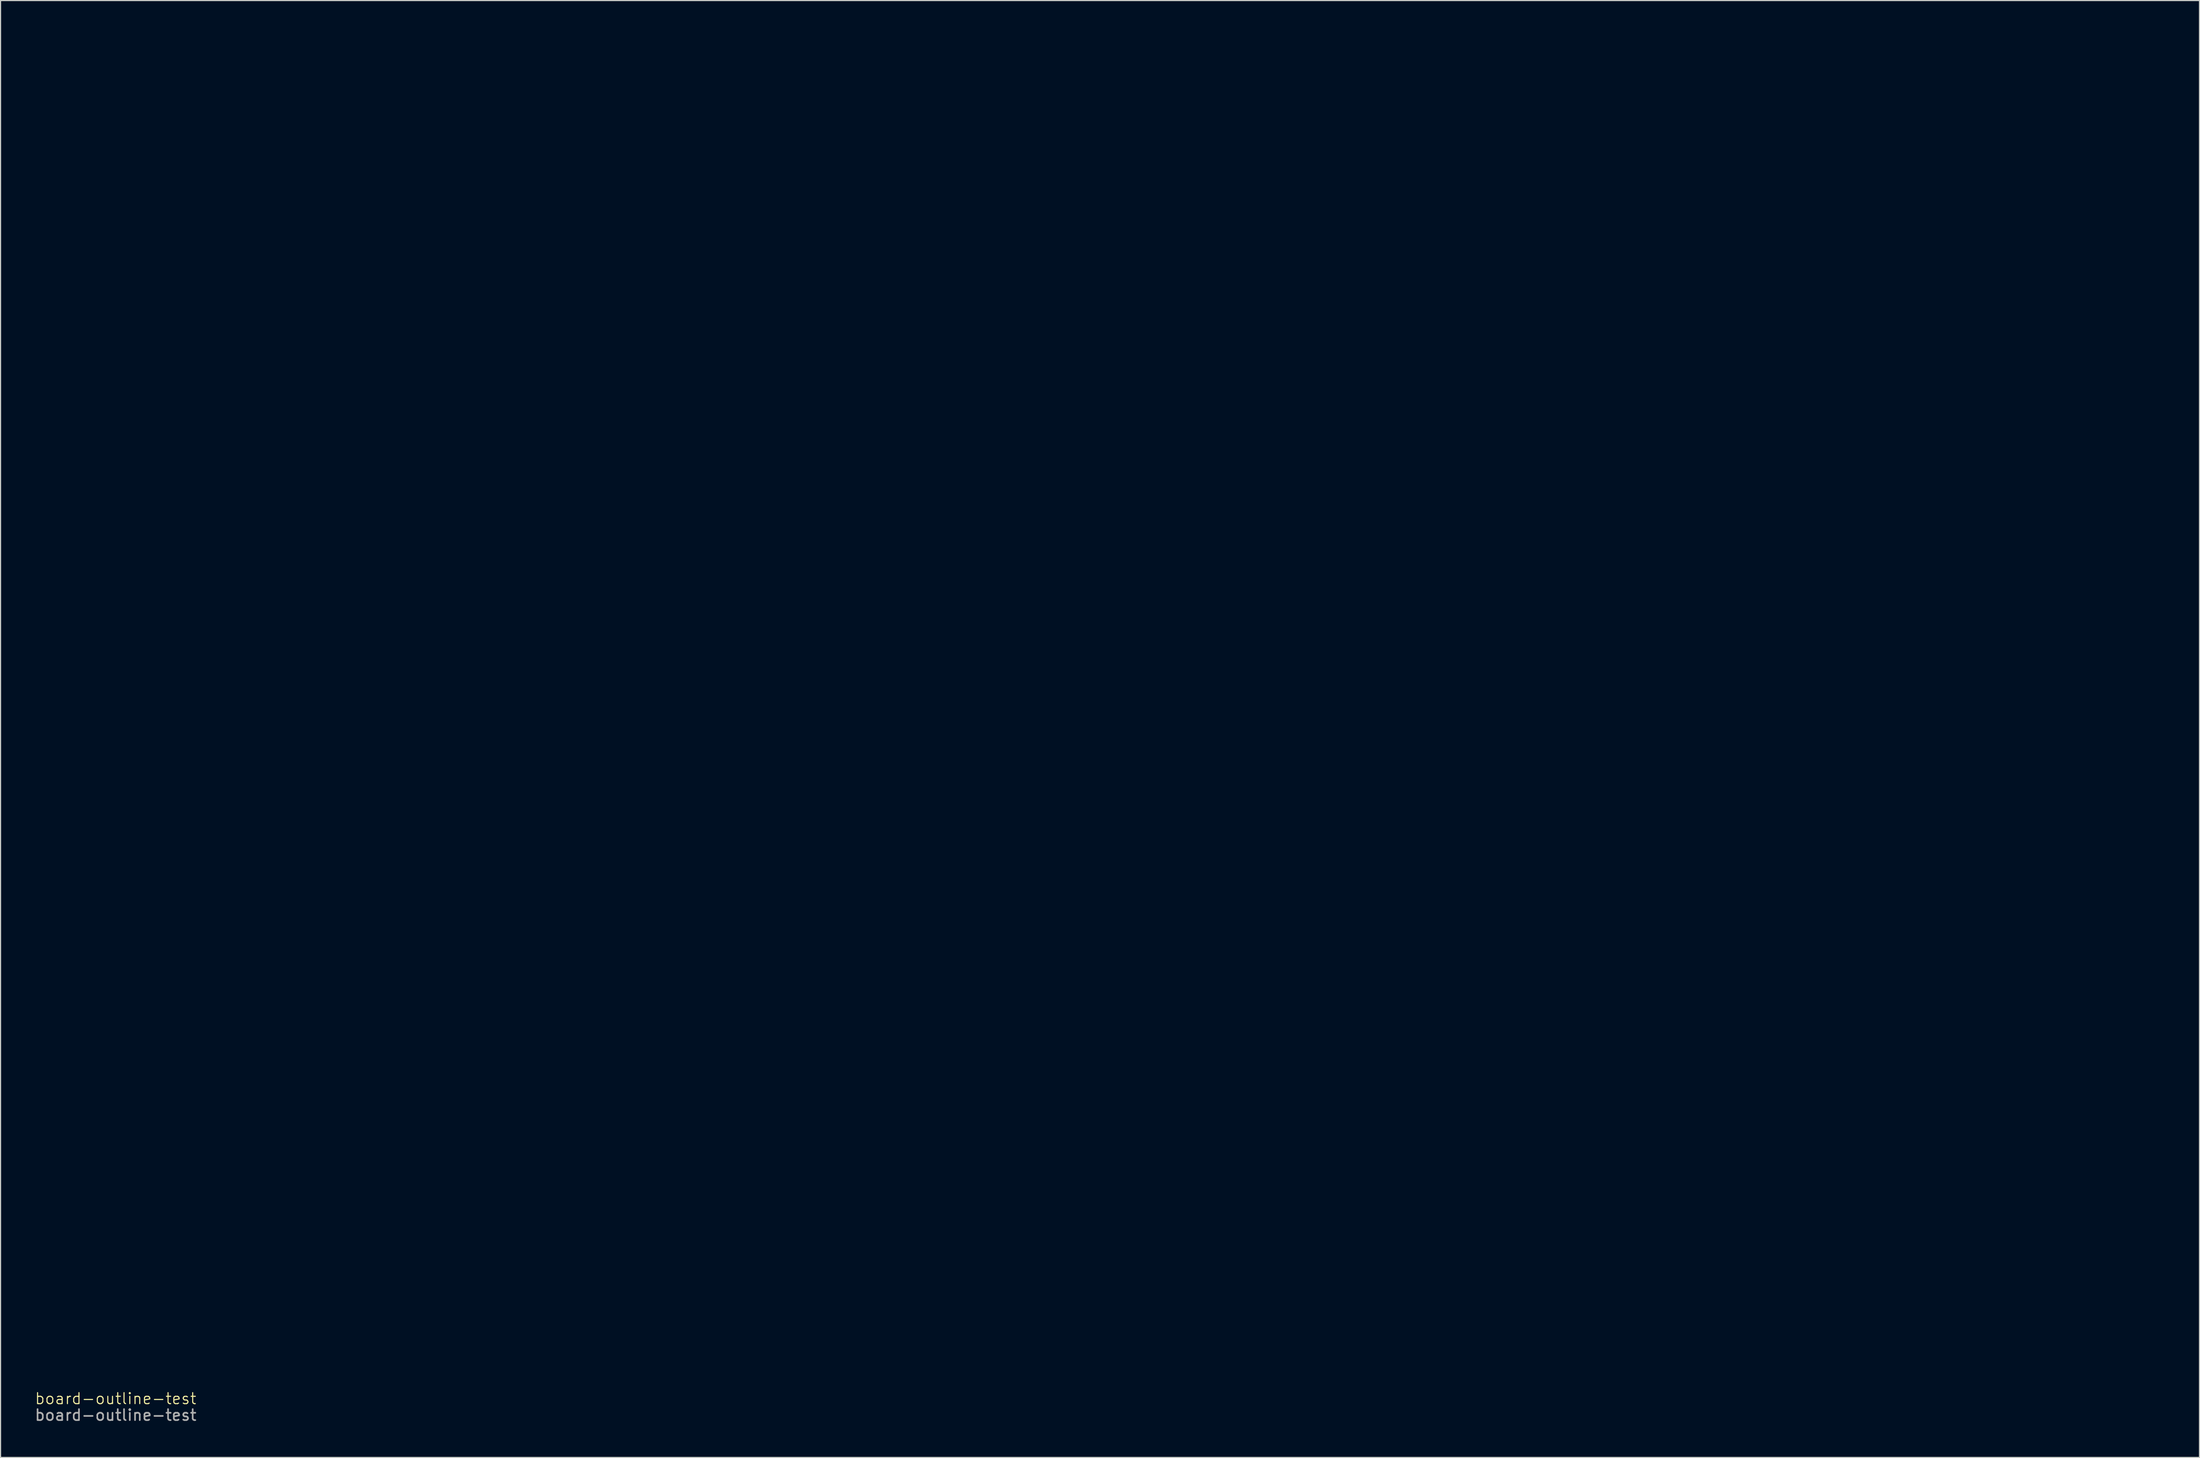
<source format=kicad_pcb>
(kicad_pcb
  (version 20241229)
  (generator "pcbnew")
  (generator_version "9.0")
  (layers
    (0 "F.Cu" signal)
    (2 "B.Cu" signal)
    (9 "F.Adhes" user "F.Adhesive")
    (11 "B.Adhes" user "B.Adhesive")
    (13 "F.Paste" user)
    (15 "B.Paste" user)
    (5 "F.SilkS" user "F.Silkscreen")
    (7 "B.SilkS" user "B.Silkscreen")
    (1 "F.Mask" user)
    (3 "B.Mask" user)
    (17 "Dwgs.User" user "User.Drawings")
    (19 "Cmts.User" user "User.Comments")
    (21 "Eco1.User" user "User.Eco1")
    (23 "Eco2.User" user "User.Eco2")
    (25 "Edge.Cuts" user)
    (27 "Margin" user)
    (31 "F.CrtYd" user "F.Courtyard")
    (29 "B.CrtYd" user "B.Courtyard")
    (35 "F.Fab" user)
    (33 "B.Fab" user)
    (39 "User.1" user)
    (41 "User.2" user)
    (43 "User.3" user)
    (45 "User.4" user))
  (footprint "board-outline-test"
    (layer "F.Cu")
    (at 7.458 126.08)
    (property "Reference" "board-outline-test" (at 0 -2 0) (unlocked yes) (layer "F.SilkS") (effects (font (size 1 1) (thickness 0.1))))
    (attr smd)
    (fp_line (start 4.121 -119.953) (end 4.2 -119.593) (stroke (width 1) (type default)) (layer "User.2"))
    (fp_line (start 4.121 -14.953) (end 4.2 -14.593) (stroke (width 1) (type default)) (layer "User.2"))
    (fp_line (start 4.132 -110.779) (end 4.256 -110.43) (stroke (width 1) (type default)) (layer "User.2"))
    (fp_line (start 4.132 -5.779) (end 4.256 -5.429) (stroke (width 1) (type default)) (layer "User.2"))
    (fp_line (start 4.143 -111.146) (end 4.132 -110.779) (stroke (width 1) (type default)) (layer "User.2"))
    (fp_line (start 4.143 -6.146) (end 4.132 -5.779) (stroke (width 1) (type default)) (layer "User.2"))
    (fp_line (start 4.177 -120.316) (end 4.121 -119.953) (stroke (width 1) (type default)) (layer "User.2"))
    (fp_line (start 4.177 -15.316) (end 4.121 -14.953) (stroke (width 1) (type default)) (layer "User.2"))
    (fp_line (start 4.2 -119.593) (end 4.413 -119.276) (stroke (width 1) (type default)) (layer "User.2"))
    (fp_line (start 4.2 -14.593) (end 4.413 -14.276) (stroke (width 1) (type default)) (layer "User.2"))
    (fp_line (start 4.256 -110.43) (end 4.603 -110.039) (stroke (width 1) (type default)) (layer "User.2"))
    (fp_line (start 4.256 -5.429) (end 4.603 -5.039) (stroke (width 1) (type default)) (layer "User.2"))
    (fp_line (start 4.29 -111.489) (end 4.143 -111.146) (stroke (width 1) (type default)) (layer "User.2"))
    (fp_line (start 4.29 -6.489) (end 4.143 -6.146) (stroke (width 1) (type default)) (layer "User.2"))
    (fp_line (start 4.368 -120.643) (end 4.177 -120.316) (stroke (width 1) (type default)) (layer "User.2"))
    (fp_line (start 4.368 -15.642) (end 4.177 -15.316) (stroke (width 1) (type default)) (layer "User.2"))
    (fp_line (start 4.413 -119.276) (end 7.229 -116.461) (stroke (width 1) (type default)) (layer "User.2"))
    (fp_line (start 4.413 -14.276) (end 7.229 -11.461) (stroke (width 1) (type default)) (layer "User.2"))
    (fp_line (start 4.526 -111.752) (end 4.29 -111.489) (stroke (width 1) (type default)) (layer "User.2"))
    (fp_line (start 4.526 -6.752) (end 4.29 -6.489) (stroke (width 1) (type default)) (layer "User.2"))
    (fp_line (start 4.603 -110.039) (end 4.929 -109.848) (stroke (width 1) (type default)) (layer "User.2"))
    (fp_line (start 4.603 -5.039) (end 4.929 -4.848) (stroke (width 1) (type default)) (layer "User.2"))
    (fp_line (start 4.759 -120.989) (end 4.368 -120.643) (stroke (width 1) (type default)) (layer "User.2"))
    (fp_line (start 4.759 -15.989) (end 4.368 -15.642) (stroke (width 1) (type default)) (layer "User.2"))
    (fp_line (start 4.929 -109.848) (end 5.293 -109.792) (stroke (width 1) (type default)) (layer "User.2"))
    (fp_line (start 4.929 -4.848) (end 5.293 -4.791) (stroke (width 1) (type default)) (layer "User.2"))
    (fp_line (start 5.109 -121.113) (end 4.759 -120.989) (stroke (width 1) (type default)) (layer "User.2"))
    (fp_line (start 5.109 -16.113) (end 4.759 -15.989) (stroke (width 1) (type default)) (layer "User.2"))
    (fp_line (start 5.293 -109.792) (end 5.653 -109.87) (stroke (width 1) (type default)) (layer "User.2"))
    (fp_line (start 5.293 -4.791) (end 5.653 -4.87) (stroke (width 1) (type default)) (layer "User.2"))
    (fp_line (start 5.476 -121.102) (end 5.109 -121.113) (stroke (width 1) (type default)) (layer "User.2"))
    (fp_line (start 5.476 -16.102) (end 5.109 -16.113) (stroke (width 1) (type default)) (layer "User.2"))
    (fp_line (start 5.653 -109.87) (end 5.969 -110.084) (stroke (width 1) (type default)) (layer "User.2"))
    (fp_line (start 5.653 -4.87) (end 5.969 -5.084) (stroke (width 1) (type default)) (layer "User.2"))
    (fp_line (start 5.819 -120.956) (end 5.476 -121.102) (stroke (width 1) (type default)) (layer "User.2"))
    (fp_line (start 5.819 -15.956) (end 5.476 -16.102) (stroke (width 1) (type default)) (layer "User.2"))
    (fp_line (start 5.969 -110.084) (end 8.784 -112.899) (stroke (width 1) (type default)) (layer "User.2"))
    (fp_line (start 5.969 -5.084) (end 8.784 -7.899) (stroke (width 1) (type default)) (layer "User.2"))
    (fp_line (start 6.081 -120.72) (end 5.819 -120.956) (stroke (width 1) (type default)) (layer "User.2"))
    (fp_line (start 6.081 -15.719) (end 5.819 -15.956) (stroke (width 1) (type default)) (layer "User.2"))
    (fp_line (start 7.229 -116.461) (end 7.242 -116.242) (stroke (width 1) (type default)) (layer "User.2"))
    (fp_line (start 7.229 -11.461) (end 7.242 -11.242) (stroke (width 1) (type default)) (layer "User.2"))
    (fp_line (start 7.242 -116.242) (end 7.242 -114.504) (stroke (width 1) (type default)) (layer "User.2"))
    (fp_line (start 7.242 -114.504) (end 4.526 -111.752) (stroke (width 1) (type default)) (layer "User.2"))
    (fp_line (start 7.242 -11.242) (end 7.242 -9.504) (stroke (width 1) (type default)) (layer "User.2"))
    (fp_line (start 7.242 -9.504) (end 4.526 -6.752) (stroke (width 1) (type default)) (layer "User.2"))
    (fp_line (start 8.784 -112.899) (end 9.003 -112.912) (stroke (width 1) (type default)) (layer "User.2"))
    (fp_line (start 8.784 -7.899) (end 9.003 -7.912) (stroke (width 1) (type default)) (layer "User.2"))
    (fp_line (start 8.833 -118.004) (end 6.081 -120.72) (stroke (width 1) (type default)) (layer "User.2"))
    (fp_line (start 8.833 -13.003) (end 6.081 -15.719) (stroke (width 1) (type default)) (layer "User.2"))
    (fp_line (start 9.003 -112.912) (end 10.741 -112.912) (stroke (width 1) (type default)) (layer "User.2"))
    (fp_line (start 9.003 -7.912) (end 10.741 -7.912) (stroke (width 1) (type default)) (layer "User.2"))
    (fp_line (start 10.571 -118.004) (end 8.833 -118.004) (stroke (width 1) (type default)) (layer "User.2"))
    (fp_line (start 10.571 -13.003) (end 8.833 -13.003) (stroke (width 1) (type default)) (layer "User.2"))
    (fp_line (start 10.741 -112.912) (end 13.493 -110.196) (stroke (width 1) (type default)) (layer "User.2"))
    (fp_line (start 10.741 -7.912) (end 13.493 -5.196) (stroke (width 1) (type default)) (layer "User.2"))
    (fp_line (start 10.791 -118.017) (end 10.571 -118.004) (stroke (width 1) (type default)) (layer "User.2"))
    (fp_line (start 10.791 -13.017) (end 10.571 -13.003) (stroke (width 1) (type default)) (layer "User.2"))
    (fp_line (start 12.333 -116.412) (end 15.049 -119.164) (stroke (width 1) (type default)) (layer "User.2"))
    (fp_line (start 12.333 -11.412) (end 15.049 -14.164) (stroke (width 1) (type default)) (layer "User.2"))
    (fp_line (start 12.346 -114.455) (end 12.333 -116.412) (stroke (width 1) (type default)) (layer "User.2"))
    (fp_line (start 12.346 -9.455) (end 12.333 -11.412) (stroke (width 1) (type default)) (layer "User.2"))
    (fp_line (start 13.493 -110.196) (end 13.756 -109.96) (stroke (width 1) (type default)) (layer "User.2"))
    (fp_line (start 13.493 -5.196) (end 13.756 -4.96) (stroke (width 1) (type default)) (layer "User.2"))
    (fp_line (start 13.606 -120.832) (end 10.791 -118.017) (stroke (width 1) (type default)) (layer "User.2"))
    (fp_line (start 13.606 -15.832) (end 10.791 -13.017) (stroke (width 1) (type default)) (layer "User.2"))
    (fp_line (start 13.756 -109.96) (end 14.099 -109.814) (stroke (width 1) (type default)) (layer "User.2"))
    (fp_line (start 13.756 -4.96) (end 14.099 -4.814) (stroke (width 1) (type default)) (layer "User.2"))
    (fp_line (start 13.922 -121.046) (end 13.606 -120.832) (stroke (width 1) (type default)) (layer "User.2"))
    (fp_line (start 13.922 -16.045) (end 13.606 -15.832) (stroke (width 1) (type default)) (layer "User.2"))
    (fp_line (start 14.099 -109.814) (end 14.466 -109.803) (stroke (width 1) (type default)) (layer "User.2"))
    (fp_line (start 14.099 -4.814) (end 14.466 -4.803) (stroke (width 1) (type default)) (layer "User.2"))
    (fp_line (start 14.282 -121.124) (end 13.922 -121.046) (stroke (width 1) (type default)) (layer "User.2"))
    (fp_line (start 14.282 -16.124) (end 13.922 -16.045) (stroke (width 1) (type default)) (layer "User.2"))
    (fp_line (start 14.466 -109.803) (end 14.816 -109.926) (stroke (width 1) (type default)) (layer "User.2"))
    (fp_line (start 14.466 -4.803) (end 14.816 -4.926) (stroke (width 1) (type default)) (layer "User.2"))
    (fp_line (start 14.646 -121.068) (end 14.282 -121.124) (stroke (width 1) (type default)) (layer "User.2"))
    (fp_line (start 14.646 -16.068) (end 14.282 -16.124) (stroke (width 1) (type default)) (layer "User.2"))
    (fp_line (start 14.816 -109.926) (end 15.206 -110.273) (stroke (width 1) (type default)) (layer "User.2"))
    (fp_line (start 14.816 -4.926) (end 15.206 -5.273) (stroke (width 1) (type default)) (layer "User.2"))
    (fp_line (start 14.972 -120.877) (end 14.646 -121.068) (stroke (width 1) (type default)) (layer "User.2"))
    (fp_line (start 14.972 -15.877) (end 14.646 -16.068) (stroke (width 1) (type default)) (layer "User.2"))
    (fp_line (start 15.049 -119.164) (end 15.285 -119.427) (stroke (width 1) (type default)) (layer "User.2"))
    (fp_line (start 15.049 -14.164) (end 15.285 -14.426) (stroke (width 1) (type default)) (layer "User.2"))
    (fp_line (start 15.161 -111.64) (end 12.346 -114.455) (stroke (width 1) (type default)) (layer "User.2"))
    (fp_line (start 15.161 -6.639) (end 12.346 -9.455) (stroke (width 1) (type default)) (layer "User.2"))
    (fp_line (start 15.206 -110.273) (end 15.398 -110.6) (stroke (width 1) (type default)) (layer "User.2"))
    (fp_line (start 15.206 -5.273) (end 15.398 -5.6) (stroke (width 1) (type default)) (layer "User.2"))
    (fp_line (start 15.285 -119.427) (end 15.431 -119.77) (stroke (width 1) (type default)) (layer "User.2"))
    (fp_line (start 15.285 -14.426) (end 15.431 -14.77) (stroke (width 1) (type default)) (layer "User.2"))
    (fp_line (start 15.319 -120.486) (end 14.972 -120.877) (stroke (width 1) (type default)) (layer "User.2"))
    (fp_line (start 15.319 -15.486) (end 14.972 -15.877) (stroke (width 1) (type default)) (layer "User.2"))
    (fp_line (start 15.375 -111.323) (end 15.161 -111.64) (stroke (width 1) (type default)) (layer "User.2"))
    (fp_line (start 15.375 -6.323) (end 15.161 -6.639) (stroke (width 1) (type default)) (layer "User.2"))
    (fp_line (start 15.398 -110.6) (end 15.454 -110.963) (stroke (width 1) (type default)) (layer "User.2"))
    (fp_line (start 15.398 -5.6) (end 15.454 -5.963) (stroke (width 1) (type default)) (layer "User.2"))
    (fp_line (start 15.431 -119.77) (end 15.443 -120.137) (stroke (width 1) (type default)) (layer "User.2"))
    (fp_line (start 15.431 -14.77) (end 15.443 -15.136) (stroke (width 1) (type default)) (layer "User.2"))
    (fp_line (start 15.443 -120.137) (end 15.319 -120.486) (stroke (width 1) (type default)) (layer "User.2"))
    (fp_line (start 15.443 -15.136) (end 15.319 -15.486) (stroke (width 1) (type default)) (layer "User.2"))
    (fp_line (start 15.454 -110.963) (end 15.375 -111.323) (stroke (width 1) (type default)) (layer "User.2"))
    (fp_line (start 15.454 -5.963) (end 15.375 -6.323) (stroke (width 1) (type default)) (layer "User.2"))
    (fp_line (start 20.135 -1.95) (end 20.174 -1.981) (stroke (width 1) (type default)) (layer "User.2"))
    (fp_line (start 20.174 -124.058) (end 20.157 -124.006) (stroke (width 1) (type default)) (layer "User.2"))
    (fp_line (start 51.521 -103.447) (end 51.541 -103.447) (stroke (width 1) (type default)) (layer "User.2"))
    (fp_line (start 72.823 -97.681) (end 72.872 -97.803) (stroke (width 1) (type default)) (layer "User.2"))
    (fp_line (start 72.823 -69.357) (end 72.823 -97.681) (stroke (width 1) (type default)) (layer "User.2"))
    (fp_line (start 72.823 -56.681) (end 72.872 -56.803) (stroke (width 1) (type default)) (layer "User.2"))
    (fp_line (start 72.823 -28.356) (end 72.823 -56.681) (stroke (width 1) (type default)) (layer "User.2"))
    (fp_line (start 72.854 -69.231) (end 72.823 -69.357) (stroke (width 1) (type default)) (layer "User.2"))
    (fp_line (start 72.854 -28.231) (end 72.823 -28.356) (stroke (width 1) (type default)) (layer "User.2"))
    (fp_line (start 72.872 -97.803) (end 72.918 -97.919) (stroke (width 1) (type default)) (layer "User.2"))
    (fp_line (start 72.872 -56.803) (end 72.918 -56.919) (stroke (width 1) (type default)) (layer "User.2"))
    (fp_line (start 72.893 -69.112) (end 72.854 -69.231) (stroke (width 1) (type default)) (layer "User.2"))
    (fp_line (start 72.893 -28.112) (end 72.854 -28.231) (stroke (width 1) (type default)) (layer "User.2"))
    (fp_line (start 72.918 -97.919) (end 72.979 -98.027) (stroke (width 1) (type default)) (layer "User.2"))
    (fp_line (start 72.918 -56.919) (end 72.979 -57.027) (stroke (width 1) (type default)) (layer "User.2"))
    (fp_line (start 72.947 -69) (end 72.893 -69.112) (stroke (width 1) (type default)) (layer "User.2"))
    (fp_line (start 72.947 -28) (end 72.893 -28.112) (stroke (width 1) (type default)) (layer "User.2"))
    (fp_line (start 72.979 -98.027) (end 73.051 -98.126) (stroke (width 1) (type default)) (layer "User.2"))
    (fp_line (start 72.979 -57.027) (end 73.051 -57.126) (stroke (width 1) (type default)) (layer "User.2"))
    (fp_line (start 73.014 -68.896) (end 72.947 -69) (stroke (width 1) (type default)) (layer "User.2"))
    (fp_line (start 73.014 -27.896) (end 72.947 -28) (stroke (width 1) (type default)) (layer "User.2"))
    (fp_line (start 73.051 -98.126) (end 73.135 -98.215) (stroke (width 1) (type default)) (layer "User.2"))
    (fp_line (start 73.051 -57.126) (end 73.135 -57.215) (stroke (width 1) (type default)) (layer "User.2"))
    (fp_line (start 73.092 -68.802) (end 73.014 -68.896) (stroke (width 1) (type default)) (layer "User.2"))
    (fp_line (start 73.092 -27.802) (end 73.014 -27.896) (stroke (width 1) (type default)) (layer "User.2"))
    (fp_line (start 73.135 -98.215) (end 73.23 -98.294) (stroke (width 1) (type default)) (layer "User.2"))
    (fp_line (start 73.135 -57.215) (end 73.23 -57.294) (stroke (width 1) (type default)) (layer "User.2"))
    (fp_line (start 73.182 -68.718) (end 73.092 -68.802) (stroke (width 1) (type default)) (layer "User.2"))
    (fp_line (start 73.182 -27.718) (end 73.092 -27.802) (stroke (width 1) (type default)) (layer "User.2"))
    (fp_line (start 73.23 -98.294) (end 73.334 -98.361) (stroke (width 1) (type default)) (layer "User.2"))
    (fp_line (start 73.23 -57.294) (end 73.334 -57.361) (stroke (width 1) (type default)) (layer "User.2"))
    (fp_line (start 73.281 -68.645) (end 73.182 -68.718) (stroke (width 1) (type default)) (layer "User.2"))
    (fp_line (start 73.281 -27.645) (end 73.182 -27.718) (stroke (width 1) (type default)) (layer "User.2"))
    (fp_line (start 73.334 -98.361) (end 73.446 -98.414) (stroke (width 1) (type default)) (layer "User.2"))
    (fp_line (start 73.334 -57.361) (end 73.446 -57.414) (stroke (width 1) (type default)) (layer "User.2"))
    (fp_line (start 73.389 -68.585) (end 73.281 -68.645) (stroke (width 1) (type default)) (layer "User.2"))
    (fp_line (start 73.389 -27.585) (end 73.281 -27.645) (stroke (width 1) (type default)) (layer "User.2"))
    (fp_line (start 73.446 -98.414) (end 73.565 -98.454) (stroke (width 1) (type default)) (layer "User.2"))
    (fp_line (start 73.446 -57.414) (end 73.565 -57.454) (stroke (width 1) (type default)) (layer "User.2"))
    (fp_line (start 73.505 -68.538) (end 73.389 -68.585) (stroke (width 1) (type default)) (layer "User.2"))
    (fp_line (start 73.505 -27.538) (end 73.389 -27.585) (stroke (width 1) (type default)) (layer "User.2"))
    (fp_line (start 73.565 -98.454) (end 73.69 -98.485) (stroke (width 1) (type default)) (layer "User.2"))
    (fp_line (start 73.565 -57.454) (end 73.69 -57.485) (stroke (width 1) (type default)) (layer "User.2"))
    (fp_line (start 73.627 -68.489) (end 73.505 -68.538) (stroke (width 1) (type default)) (layer "User.2"))
    (fp_line (start 73.627 -27.489) (end 73.505 -27.538) (stroke (width 1) (type default)) (layer "User.2"))
    (fp_line (start 73.69 -98.485) (end 75.014 -98.485) (stroke (width 1) (type default)) (layer "User.2"))
    (fp_line (start 73.69 -57.485) (end 75.014 -57.485) (stroke (width 1) (type default)) (layer "User.2"))
    (fp_line (start 74.821 -68.495) (end 74.821 -68.489) (stroke (width 1) (type default)) (layer "User.2"))
    (fp_line (start 74.821 -68.489) (end 73.627 -68.489) (stroke (width 1) (type default)) (layer "User.2"))
    (fp_line (start 74.821 -27.495) (end 74.821 -27.489) (stroke (width 1) (type default)) (layer "User.2"))
    (fp_line (start 74.821 -27.489) (end 73.627 -27.489) (stroke (width 1) (type default)) (layer "User.2"))
    (fp_line (start 75.014 -98.485) (end 75.137 -98.436) (stroke (width 1) (type default)) (layer "User.2"))
    (fp_line (start 75.014 -57.485) (end 75.137 -57.436) (stroke (width 1) (type default)) (layer "User.2"))
    (fp_line (start 75.076 -68.495) (end 74.821 -68.495) (stroke (width 1) (type default)) (layer "User.2"))
    (fp_line (start 75.076 -27.495) (end 74.821 -27.495) (stroke (width 1) (type default)) (layer "User.2"))
    (fp_line (start 75.137 -98.436) (end 75.252 -98.389) (stroke (width 1) (type default)) (layer "User.2"))
    (fp_line (start 75.137 -57.436) (end 75.252 -57.389) (stroke (width 1) (type default)) (layer "User.2"))
    (fp_line (start 75.195 -68.56) (end 75.076 -68.495) (stroke (width 1) (type default)) (layer "User.2"))
    (fp_line (start 75.195 -27.56) (end 75.076 -27.495) (stroke (width 1) (type default)) (layer "User.2"))
    (fp_line (start 75.252 -98.389) (end 75.36 -98.329) (stroke (width 1) (type default)) (layer "User.2"))
    (fp_line (start 75.252 -57.389) (end 75.36 -57.329) (stroke (width 1) (type default)) (layer "User.2"))
    (fp_line (start 75.307 -68.613) (end 75.195 -68.56) (stroke (width 1) (type default)) (layer "User.2"))
    (fp_line (start 75.307 -27.613) (end 75.195 -27.56) (stroke (width 1) (type default)) (layer "User.2"))
    (fp_line (start 75.36 -98.329) (end 75.46 -98.256) (stroke (width 1) (type default)) (layer "User.2"))
    (fp_line (start 75.36 -57.329) (end 75.46 -57.256) (stroke (width 1) (type default)) (layer "User.2"))
    (fp_line (start 75.411 -68.68) (end 75.307 -68.613) (stroke (width 1) (type default)) (layer "User.2"))
    (fp_line (start 75.411 -27.68) (end 75.307 -27.613) (stroke (width 1) (type default)) (layer "User.2"))
    (fp_line (start 75.46 -98.256) (end 75.549 -98.172) (stroke (width 1) (type default)) (layer "User.2"))
    (fp_line (start 75.46 -57.256) (end 75.549 -57.172) (stroke (width 1) (type default)) (layer "User.2"))
    (fp_line (start 75.506 -68.758) (end 75.411 -68.68) (stroke (width 1) (type default)) (layer "User.2"))
    (fp_line (start 75.506 -27.758) (end 75.411 -27.68) (stroke (width 1) (type default)) (layer "User.2"))
    (fp_line (start 75.549 -98.172) (end 75.628 -98.078) (stroke (width 1) (type default)) (layer "User.2"))
    (fp_line (start 75.549 -57.172) (end 75.628 -57.078) (stroke (width 1) (type default)) (layer "User.2"))
    (fp_line (start 75.59 -68.848) (end 75.506 -68.758) (stroke (width 1) (type default)) (layer "User.2"))
    (fp_line (start 75.59 -27.848) (end 75.506 -27.758) (stroke (width 1) (type default)) (layer "User.2"))
    (fp_line (start 75.628 -98.078) (end 75.694 -97.974) (stroke (width 1) (type default)) (layer "User.2"))
    (fp_line (start 75.628 -57.078) (end 75.694 -56.974) (stroke (width 1) (type default)) (layer "User.2"))
    (fp_line (start 75.663 -68.947) (end 75.59 -68.848) (stroke (width 1) (type default)) (layer "User.2"))
    (fp_line (start 75.663 -27.947) (end 75.59 -27.848) (stroke (width 1) (type default)) (layer "User.2"))
    (fp_line (start 75.694 -97.974) (end 75.748 -97.862) (stroke (width 1) (type default)) (layer "User.2"))
    (fp_line (start 75.694 -56.974) (end 75.748 -56.862) (stroke (width 1) (type default)) (layer "User.2"))
    (fp_line (start 75.723 -69.055) (end 75.663 -68.947) (stroke (width 1) (type default)) (layer "User.2"))
    (fp_line (start 75.723 -28.055) (end 75.663 -27.947) (stroke (width 1) (type default)) (layer "User.2"))
    (fp_line (start 75.748 -97.862) (end 75.788 -97.743) (stroke (width 1) (type default)) (layer "User.2"))
    (fp_line (start 75.748 -56.862) (end 75.788 -56.743) (stroke (width 1) (type default)) (layer "User.2"))
    (fp_line (start 75.77 -69.171) (end 75.723 -69.055) (stroke (width 1) (type default)) (layer "User.2"))
    (fp_line (start 75.77 -28.171) (end 75.723 -28.055) (stroke (width 1) (type default)) (layer "User.2"))
    (fp_line (start 75.788 -97.743) (end 75.818 -97.617) (stroke (width 1) (type default)) (layer "User.2"))
    (fp_line (start 75.788 -56.743) (end 75.818 -56.617) (stroke (width 1) (type default)) (layer "User.2"))
    (fp_line (start 75.818 -97.617) (end 75.818 -69.293) (stroke (width 1) (type default)) (layer "User.2"))
    (fp_line (start 75.818 -69.293) (end 75.77 -69.171) (stroke (width 1) (type default)) (layer "User.2"))
    (fp_line (start 75.818 -56.617) (end 75.818 -28.293) (stroke (width 1) (type default)) (layer "User.2"))
    (fp_line (start 75.818 -28.293) (end 75.77 -28.171) (stroke (width 1) (type default)) (layer "User.2"))
    (fp_line (start 85.823 -116.181) (end 85.872 -116.303) (stroke (width 1) (type default)) (layer "User.2"))
    (fp_line (start 85.823 -114.857) (end 85.823 -116.181) (stroke (width 1) (type default)) (layer "User.2"))
    (fp_line (start 85.823 -86.181) (end 85.872 -86.303) (stroke (width 1) (type default)) (layer "User.2"))
    (fp_line (start 85.823 -84.857) (end 85.823 -86.181) (stroke (width 1) (type default)) (layer "User.2"))
    (fp_line (start 85.823 -41.181) (end 85.872 -41.303) (stroke (width 1) (type default)) (layer "User.2"))
    (fp_line (start 85.823 -39.857) (end 85.823 -41.181) (stroke (width 1) (type default)) (layer "User.2"))
    (fp_line (start 85.823 -11.181) (end 85.872 -11.303) (stroke (width 1) (type default)) (layer "User.2"))
    (fp_line (start 85.823 -9.856) (end 85.823 -11.181) (stroke (width 1) (type default)) (layer "User.2"))
    (fp_line (start 85.854 -114.731) (end 85.823 -114.857) (stroke (width 1) (type default)) (layer "User.2"))
    (fp_line (start 85.854 -84.731) (end 85.823 -84.857) (stroke (width 1) (type default)) (layer "User.2"))
    (fp_line (start 85.854 -39.731) (end 85.823 -39.857) (stroke (width 1) (type default)) (layer "User.2"))
    (fp_line (start 85.854 -9.731) (end 85.823 -9.856) (stroke (width 1) (type default)) (layer "User.2"))
    (fp_line (start 85.872 -116.303) (end 85.918 -116.419) (stroke (width 1) (type default)) (layer "User.2"))
    (fp_line (start 85.872 -86.303) (end 85.918 -86.419) (stroke (width 1) (type default)) (layer "User.2"))
    (fp_line (start 85.872 -41.303) (end 85.918 -41.419) (stroke (width 1) (type default)) (layer "User.2"))
    (fp_line (start 85.872 -11.303) (end 85.918 -11.419) (stroke (width 1) (type default)) (layer "User.2"))
    (fp_line (start 85.893 -114.612) (end 85.854 -114.731) (stroke (width 1) (type default)) (layer "User.2"))
    (fp_line (start 85.893 -84.612) (end 85.854 -84.731) (stroke (width 1) (type default)) (layer "User.2"))
    (fp_line (start 85.893 -39.612) (end 85.854 -39.731) (stroke (width 1) (type default)) (layer "User.2"))
    (fp_line (start 85.893 -9.612) (end 85.854 -9.731) (stroke (width 1) (type default)) (layer "User.2"))
    (fp_line (start 85.918 -116.419) (end 85.979 -116.527) (stroke (width 1) (type default)) (layer "User.2"))
    (fp_line (start 85.918 -86.419) (end 85.979 -86.527) (stroke (width 1) (type default)) (layer "User.2"))
    (fp_line (start 85.918 -41.419) (end 85.979 -41.527) (stroke (width 1) (type default)) (layer "User.2"))
    (fp_line (start 85.918 -11.419) (end 85.979 -11.527) (stroke (width 1) (type default)) (layer "User.2"))
    (fp_line (start 85.947 -114.5) (end 85.893 -114.612) (stroke (width 1) (type default)) (layer "User.2"))
    (fp_line (start 85.947 -84.5) (end 85.893 -84.612) (stroke (width 1) (type default)) (layer "User.2"))
    (fp_line (start 85.947 -39.5) (end 85.893 -39.612) (stroke (width 1) (type default)) (layer "User.2"))
    (fp_line (start 85.947 -9.5) (end 85.893 -9.612) (stroke (width 1) (type default)) (layer "User.2"))
    (fp_line (start 85.979 -116.527) (end 86.051 -116.626) (stroke (width 1) (type default)) (layer "User.2"))
    (fp_line (start 85.979 -86.527) (end 86.051 -86.626) (stroke (width 1) (type default)) (layer "User.2"))
    (fp_line (start 85.979 -41.527) (end 86.051 -41.626) (stroke (width 1) (type default)) (layer "User.2"))
    (fp_line (start 85.979 -11.527) (end 86.051 -11.626) (stroke (width 1) (type default)) (layer "User.2"))
    (fp_line (start 86.014 -114.396) (end 85.947 -114.5) (stroke (width 1) (type default)) (layer "User.2"))
    (fp_line (start 86.014 -84.396) (end 85.947 -84.5) (stroke (width 1) (type default)) (layer "User.2"))
    (fp_line (start 86.014 -39.396) (end 85.947 -39.5) (stroke (width 1) (type default)) (layer "User.2"))
    (fp_line (start 86.014 -9.396) (end 85.947 -9.5) (stroke (width 1) (type default)) (layer "User.2"))
    (fp_line (start 86.051 -116.626) (end 86.136 -116.716) (stroke (width 1) (type default)) (layer "User.2"))
    (fp_line (start 86.051 -86.626) (end 86.136 -86.715) (stroke (width 1) (type default)) (layer "User.2"))
    (fp_line (start 86.051 -41.626) (end 86.136 -41.715) (stroke (width 1) (type default)) (layer "User.2"))
    (fp_line (start 86.051 -11.626) (end 86.136 -11.715) (stroke (width 1) (type default)) (layer "User.2"))
    (fp_line (start 86.092 -114.302) (end 86.014 -114.396) (stroke (width 1) (type default)) (layer "User.2"))
    (fp_line (start 86.092 -84.302) (end 86.014 -84.396) (stroke (width 1) (type default)) (layer "User.2"))
    (fp_line (start 86.092 -39.302) (end 86.014 -39.396) (stroke (width 1) (type default)) (layer "User.2"))
    (fp_line (start 86.092 -9.302) (end 86.014 -9.396) (stroke (width 1) (type default)) (layer "User.2"))
    (fp_line (start 86.136 -116.716) (end 86.23 -116.794) (stroke (width 1) (type default)) (layer "User.2"))
    (fp_line (start 86.136 -86.715) (end 86.23 -86.794) (stroke (width 1) (type default)) (layer "User.2"))
    (fp_line (start 86.136 -41.715) (end 86.23 -41.794) (stroke (width 1) (type default)) (layer "User.2"))
    (fp_line (start 86.136 -11.715) (end 86.23 -11.794) (stroke (width 1) (type default)) (layer "User.2"))
    (fp_line (start 86.182 -114.218) (end 86.092 -114.302) (stroke (width 1) (type default)) (layer "User.2"))
    (fp_line (start 86.182 -84.218) (end 86.092 -84.302) (stroke (width 1) (type default)) (layer "User.2"))
    (fp_line (start 86.182 -39.218) (end 86.092 -39.302) (stroke (width 1) (type default)) (layer "User.2"))
    (fp_line (start 86.182 -9.218) (end 86.092 -9.302) (stroke (width 1) (type default)) (layer "User.2"))
    (fp_line (start 86.23 -116.794) (end 86.334 -116.861) (stroke (width 1) (type default)) (layer "User.2"))
    (fp_line (start 86.23 -86.794) (end 86.334 -86.861) (stroke (width 1) (type default)) (layer "User.2"))
    (fp_line (start 86.23 -41.794) (end 86.334 -41.861) (stroke (width 1) (type default)) (layer "User.2"))
    (fp_line (start 86.23 -11.794) (end 86.334 -11.861) (stroke (width 1) (type default)) (layer "User.2"))
    (fp_line (start 86.281 -114.145) (end 86.182 -114.218) (stroke (width 1) (type default)) (layer "User.2"))
    (fp_line (start 86.281 -84.145) (end 86.182 -84.218) (stroke (width 1) (type default)) (layer "User.2"))
    (fp_line (start 86.281 -39.145) (end 86.182 -39.218) (stroke (width 1) (type default)) (layer "User.2"))
    (fp_line (start 86.281 -9.145) (end 86.182 -9.218) (stroke (width 1) (type default)) (layer "User.2"))
    (fp_line (start 86.334 -116.861) (end 86.446 -116.914) (stroke (width 1) (type default)) (layer "User.2"))
    (fp_line (start 86.334 -86.861) (end 86.446 -86.914) (stroke (width 1) (type default)) (layer "User.2"))
    (fp_line (start 86.334 -41.861) (end 86.446 -41.914) (stroke (width 1) (type default)) (layer "User.2"))
    (fp_line (start 86.334 -11.861) (end 86.446 -11.914) (stroke (width 1) (type default)) (layer "User.2"))
    (fp_line (start 86.389 -114.085) (end 86.281 -114.145) (stroke (width 1) (type default)) (layer "User.2"))
    (fp_line (start 86.389 -84.085) (end 86.281 -84.145) (stroke (width 1) (type default)) (layer "User.2"))
    (fp_line (start 86.389 -39.085) (end 86.281 -39.145) (stroke (width 1) (type default)) (layer "User.2"))
    (fp_line (start 86.389 -9.085) (end 86.281 -9.145) (stroke (width 1) (type default)) (layer "User.2"))
    (fp_line (start 86.446 -116.914) (end 86.565 -116.954) (stroke (width 1) (type default)) (layer "User.2"))
    (fp_line (start 86.446 -86.914) (end 86.565 -86.954) (stroke (width 1) (type default)) (layer "User.2"))
    (fp_line (start 86.446 -41.914) (end 86.565 -41.954) (stroke (width 1) (type default)) (layer "User.2"))
    (fp_line (start 86.446 -11.914) (end 86.565 -11.954) (stroke (width 1) (type default)) (layer "User.2"))
    (fp_line (start 86.504 -114.038) (end 86.389 -114.085) (stroke (width 1) (type default)) (layer "User.2"))
    (fp_line (start 86.504 -84.038) (end 86.389 -84.085) (stroke (width 1) (type default)) (layer "User.2"))
    (fp_line (start 86.504 -39.038) (end 86.389 -39.085) (stroke (width 1) (type default)) (layer "User.2"))
    (fp_line (start 86.504 -9.038) (end 86.389 -9.085) (stroke (width 1) (type default)) (layer "User.2"))
    (fp_line (start 86.565 -116.954) (end 86.69 -116.985) (stroke (width 1) (type default)) (layer "User.2"))
    (fp_line (start 86.565 -86.954) (end 86.69 -86.985) (stroke (width 1) (type default)) (layer "User.2"))
    (fp_line (start 86.565 -41.954) (end 86.69 -41.985) (stroke (width 1) (type default)) (layer "User.2"))
    (fp_line (start 86.565 -11.954) (end 86.69 -11.985) (stroke (width 1) (type default)) (layer "User.2"))
    (fp_line (start 86.627 -113.989) (end 86.504 -114.038) (stroke (width 1) (type default)) (layer "User.2"))
    (fp_line (start 86.627 -83.989) (end 86.504 -84.038) (stroke (width 1) (type default)) (layer "User.2"))
    (fp_line (start 86.627 -38.989) (end 86.504 -39.038) (stroke (width 1) (type default)) (layer "User.2"))
    (fp_line (start 86.627 -8.989) (end 86.504 -9.038) (stroke (width 1) (type default)) (layer "User.2"))
    (fp_line (start 86.69 -116.985) (end 100.014 -116.985) (stroke (width 1) (type default)) (layer "User.2"))
    (fp_line (start 86.69 -86.985) (end 100.014 -86.985) (stroke (width 1) (type default)) (layer "User.2"))
    (fp_line (start 86.69 -41.985) (end 100.014 -41.985) (stroke (width 1) (type default)) (layer "User.2"))
    (fp_line (start 86.69 -11.985) (end 100.014 -11.985) (stroke (width 1) (type default)) (layer "User.2"))
    (fp_line (start 99.821 -113.995) (end 99.821 -113.989) (stroke (width 1) (type default)) (layer "User.2"))
    (fp_line (start 99.821 -113.989) (end 86.627 -113.989) (stroke (width 1) (type default)) (layer "User.2"))
    (fp_line (start 99.821 -83.995) (end 99.821 -83.989) (stroke (width 1) (type default)) (layer "User.2"))
    (fp_line (start 99.821 -83.989) (end 86.627 -83.989) (stroke (width 1) (type default)) (layer "User.2"))
    (fp_line (start 99.821 -38.995) (end 99.821 -38.989) (stroke (width 1) (type default)) (layer "User.2"))
    (fp_line (start 99.821 -38.989) (end 86.627 -38.989) (stroke (width 1) (type default)) (layer "User.2"))
    (fp_line (start 99.821 -8.995) (end 99.821 -8.989) (stroke (width 1) (type default)) (layer "User.2"))
    (fp_line (start 99.821 -8.989) (end 86.627 -8.989) (stroke (width 1) (type default)) (layer "User.2"))
    (fp_line (start 100.014 -116.985) (end 100.137 -116.936) (stroke (width 1) (type default)) (layer "User.2"))
    (fp_line (start 100.014 -86.985) (end 100.137 -86.936) (stroke (width 1) (type default)) (layer "User.2"))
    (fp_line (start 100.014 -41.985) (end 100.137 -41.936) (stroke (width 1) (type default)) (layer "User.2"))
    (fp_line (start 100.014 -11.985) (end 100.137 -11.936) (stroke (width 1) (type default)) (layer "User.2"))
    (fp_line (start 100.076 -113.995) (end 99.821 -113.995) (stroke (width 1) (type default)) (layer "User.2"))
    (fp_line (start 100.076 -83.995) (end 99.821 -83.995) (stroke (width 1) (type default)) (layer "User.2"))
    (fp_line (start 100.076 -38.995) (end 99.821 -38.995) (stroke (width 1) (type default)) (layer "User.2"))
    (fp_line (start 100.076 -8.995) (end 99.821 -8.995) (stroke (width 1) (type default)) (layer "User.2"))
    (fp_line (start 100.137 -116.936) (end 100.252 -116.889) (stroke (width 1) (type default)) (layer "User.2"))
    (fp_line (start 100.137 -86.936) (end 100.252 -86.889) (stroke (width 1) (type default)) (layer "User.2"))
    (fp_line (start 100.137 -41.936) (end 100.252 -41.889) (stroke (width 1) (type default)) (layer "User.2"))
    (fp_line (start 100.137 -11.936) (end 100.252 -11.889) (stroke (width 1) (type default)) (layer "User.2"))
    (fp_line (start 100.195 -114.06) (end 100.076 -113.995) (stroke (width 1) (type default)) (layer "User.2"))
    (fp_line (start 100.195 -84.06) (end 100.076 -83.995) (stroke (width 1) (type default)) (layer "User.2"))
    (fp_line (start 100.195 -39.06) (end 100.076 -38.995) (stroke (width 1) (type default)) (layer "User.2"))
    (fp_line (start 100.195 -9.059) (end 100.076 -8.995) (stroke (width 1) (type default)) (layer "User.2"))
    (fp_line (start 100.252 -116.889) (end 100.36 -116.829) (stroke (width 1) (type default)) (layer "User.2"))
    (fp_line (start 100.252 -86.889) (end 100.36 -86.829) (stroke (width 1) (type default)) (layer "User.2"))
    (fp_line (start 100.252 -41.889) (end 100.36 -41.829) (stroke (width 1) (type default)) (layer "User.2"))
    (fp_line (start 100.252 -11.889) (end 100.36 -11.829) (stroke (width 1) (type default)) (layer "User.2"))
    (fp_line (start 100.307 -114.113) (end 100.195 -114.06) (stroke (width 1) (type default)) (layer "User.2"))
    (fp_line (start 100.307 -84.113) (end 100.195 -84.06) (stroke (width 1) (type default)) (layer "User.2"))
    (fp_line (start 100.307 -39.113) (end 100.195 -39.06) (stroke (width 1) (type default)) (layer "User.2"))
    (fp_line (start 100.307 -9.113) (end 100.195 -9.059) (stroke (width 1) (type default)) (layer "User.2"))
    (fp_line (start 100.36 -116.829) (end 100.46 -116.756) (stroke (width 1) (type default)) (layer "User.2"))
    (fp_line (start 100.36 -86.829) (end 100.46 -86.756) (stroke (width 1) (type default)) (layer "User.2"))
    (fp_line (start 100.36 -41.829) (end 100.46 -41.756) (stroke (width 1) (type default)) (layer "User.2"))
    (fp_line (start 100.36 -11.829) (end 100.46 -11.756) (stroke (width 1) (type default)) (layer "User.2"))
    (fp_line (start 100.411 -114.18) (end 100.307 -114.113) (stroke (width 1) (type default)) (layer "User.2"))
    (fp_line (start 100.411 -84.18) (end 100.307 -84.113) (stroke (width 1) (type default)) (layer "User.2"))
    (fp_line (start 100.411 -39.18) (end 100.307 -39.113) (stroke (width 1) (type default)) (layer "User.2"))
    (fp_line (start 100.411 -9.18) (end 100.307 -9.113) (stroke (width 1) (type default)) (layer "User.2"))
    (fp_line (start 100.46 -116.756) (end 100.549 -116.672) (stroke (width 1) (type default)) (layer "User.2"))
    (fp_line (start 100.46 -86.756) (end 100.549 -86.672) (stroke (width 1) (type default)) (layer "User.2"))
    (fp_line (start 100.46 -41.756) (end 100.549 -41.672) (stroke (width 1) (type default)) (layer "User.2"))
    (fp_line (start 100.46 -11.756) (end 100.549 -11.672) (stroke (width 1) (type default)) (layer "User.2"))
    (fp_line (start 100.506 -114.259) (end 100.411 -114.18) (stroke (width 1) (type default)) (layer "User.2"))
    (fp_line (start 100.506 -84.258) (end 100.411 -84.18) (stroke (width 1) (type default)) (layer "User.2"))
    (fp_line (start 100.506 -39.258) (end 100.411 -39.18) (stroke (width 1) (type default)) (layer "User.2"))
    (fp_line (start 100.506 -9.258) (end 100.411 -9.18) (stroke (width 1) (type default)) (layer "User.2"))
    (fp_line (start 100.549 -116.672) (end 100.628 -116.578) (stroke (width 1) (type default)) (layer "User.2"))
    (fp_line (start 100.549 -86.672) (end 100.628 -86.578) (stroke (width 1) (type default)) (layer "User.2"))
    (fp_line (start 100.549 -41.672) (end 100.628 -41.577) (stroke (width 1) (type default)) (layer "User.2"))
    (fp_line (start 100.549 -11.672) (end 100.628 -11.577) (stroke (width 1) (type default)) (layer "User.2"))
    (fp_line (start 100.59 -114.348) (end 100.506 -114.259) (stroke (width 1) (type default)) (layer "User.2"))
    (fp_line (start 100.59 -84.348) (end 100.506 -84.258) (stroke (width 1) (type default)) (layer "User.2"))
    (fp_line (start 100.59 -39.348) (end 100.506 -39.258) (stroke (width 1) (type default)) (layer "User.2"))
    (fp_line (start 100.59 -9.348) (end 100.506 -9.258) (stroke (width 1) (type default)) (layer "User.2"))
    (fp_line (start 100.628 -116.578) (end 100.694 -116.474) (stroke (width 1) (type default)) (layer "User.2"))
    (fp_line (start 100.628 -86.578) (end 100.694 -86.474) (stroke (width 1) (type default)) (layer "User.2"))
    (fp_line (start 100.628 -41.577) (end 100.694 -41.474) (stroke (width 1) (type default)) (layer "User.2"))
    (fp_line (start 100.628 -11.577) (end 100.694 -11.474) (stroke (width 1) (type default)) (layer "User.2"))
    (fp_line (start 100.663 -114.447) (end 100.59 -114.348) (stroke (width 1) (type default)) (layer "User.2"))
    (fp_line (start 100.663 -84.447) (end 100.59 -84.348) (stroke (width 1) (type default)) (layer "User.2"))
    (fp_line (start 100.663 -39.447) (end 100.59 -39.348) (stroke (width 1) (type default)) (layer "User.2"))
    (fp_line (start 100.663 -9.447) (end 100.59 -9.348) (stroke (width 1) (type default)) (layer "User.2"))
    (fp_line (start 100.694 -116.474) (end 100.748 -116.362) (stroke (width 1) (type default)) (layer "User.2"))
    (fp_line (start 100.694 -86.474) (end 100.748 -86.362) (stroke (width 1) (type default)) (layer "User.2"))
    (fp_line (start 100.694 -41.474) (end 100.748 -41.362) (stroke (width 1) (type default)) (layer "User.2"))
    (fp_line (start 100.694 -11.474) (end 100.748 -11.362) (stroke (width 1) (type default)) (layer "User.2"))
    (fp_line (start 100.723 -114.555) (end 100.663 -114.447) (stroke (width 1) (type default)) (layer "User.2"))
    (fp_line (start 100.723 -84.555) (end 100.663 -84.447) (stroke (width 1) (type default)) (layer "User.2"))
    (fp_line (start 100.723 -39.555) (end 100.663 -39.447) (stroke (width 1) (type default)) (layer "User.2"))
    (fp_line (start 100.723 -9.555) (end 100.663 -9.447) (stroke (width 1) (type default)) (layer "User.2"))
    (fp_line (start 100.748 -116.362) (end 100.788 -116.243) (stroke (width 1) (type default)) (layer "User.2"))
    (fp_line (start 100.748 -86.362) (end 100.788 -86.243) (stroke (width 1) (type default)) (layer "User.2"))
    (fp_line (start 100.748 -41.362) (end 100.788 -41.243) (stroke (width 1) (type default)) (layer "User.2"))
    (fp_line (start 100.748 -11.362) (end 100.788 -11.243) (stroke (width 1) (type default)) (layer "User.2"))
    (fp_line (start 100.77 -114.671) (end 100.723 -114.555) (stroke (width 1) (type default)) (layer "User.2"))
    (fp_line (start 100.77 -84.671) (end 100.723 -84.555) (stroke (width 1) (type default)) (layer "User.2"))
    (fp_line (start 100.77 -39.671) (end 100.723 -39.555) (stroke (width 1) (type default)) (layer "User.2"))
    (fp_line (start 100.77 -9.671) (end 100.723 -9.555) (stroke (width 1) (type default)) (layer "User.2"))
    (fp_line (start 100.788 -116.243) (end 100.819 -116.117) (stroke (width 1) (type default)) (layer "User.2"))
    (fp_line (start 100.788 -86.243) (end 100.819 -86.117) (stroke (width 1) (type default)) (layer "User.2"))
    (fp_line (start 100.788 -41.243) (end 100.819 -41.117) (stroke (width 1) (type default)) (layer "User.2"))
    (fp_line (start 100.788 -11.243) (end 100.819 -11.117) (stroke (width 1) (type default)) (layer "User.2"))
    (fp_line (start 100.819 -116.117) (end 100.819 -114.793) (stroke (width 1) (type default)) (layer "User.2"))
    (fp_line (start 100.819 -114.793) (end 100.77 -114.671) (stroke (width 1) (type default)) (layer "User.2"))
    (fp_line (start 100.819 -86.117) (end 100.819 -84.793) (stroke (width 1) (type default)) (layer "User.2"))
    (fp_line (start 100.819 -84.793) (end 100.77 -84.671) (stroke (width 1) (type default)) (layer "User.2"))
    (fp_line (start 100.819 -41.117) (end 100.819 -39.793) (stroke (width 1) (type default)) (layer "User.2"))
    (fp_line (start 100.819 -39.793) (end 100.77 -39.671) (stroke (width 1) (type default)) (layer "User.2"))
    (fp_line (start 100.819 -11.117) (end 100.819 -9.793) (stroke (width 1) (type default)) (layer "User.2"))
    (fp_line (start 100.819 -9.793) (end 100.77 -9.671) (stroke (width 1) (type default)) (layer "User.2"))
    (fp_line (start 110.823 -97.681) (end 110.872 -97.803) (stroke (width 1) (type default)) (layer "User.2"))
    (fp_line (start 110.823 -69.357) (end 110.823 -97.681) (stroke (width 1) (type default)) (layer "User.2"))
    (fp_line (start 110.823 -56.681) (end 110.872 -56.803) (stroke (width 1) (type default)) (layer "User.2"))
    (fp_line (start 110.823 -28.356) (end 110.823 -56.681) (stroke (width 1) (type default)) (layer "User.2"))
    (fp_line (start 110.854 -69.231) (end 110.823 -69.357) (stroke (width 1) (type default)) (layer "User.2"))
    (fp_line (start 110.854 -28.231) (end 110.823 -28.356) (stroke (width 1) (type default)) (layer "User.2"))
    (fp_line (start 110.872 -97.803) (end 110.918 -97.919) (stroke (width 1) (type default)) (layer "User.2"))
    (fp_line (start 110.872 -56.803) (end 110.918 -56.919) (stroke (width 1) (type default)) (layer "User.2"))
    (fp_line (start 110.893 -69.112) (end 110.854 -69.231) (stroke (width 1) (type default)) (layer "User.2"))
    (fp_line (start 110.893 -28.112) (end 110.854 -28.231) (stroke (width 1) (type default)) (layer "User.2"))
    (fp_line (start 110.918 -97.919) (end 110.979 -98.027) (stroke (width 1) (type default)) (layer "User.2"))
    (fp_line (start 110.918 -56.919) (end 110.979 -57.027) (stroke (width 1) (type default)) (layer "User.2"))
    (fp_line (start 110.947 -69) (end 110.893 -69.112) (stroke (width 1) (type default)) (layer "User.2"))
    (fp_line (start 110.947 -28) (end 110.893 -28.112) (stroke (width 1) (type default)) (layer "User.2"))
    (fp_line (start 110.979 -98.027) (end 111.052 -98.126) (stroke (width 1) (type default)) (layer "User.2"))
    (fp_line (start 110.979 -57.027) (end 111.052 -57.126) (stroke (width 1) (type default)) (layer "User.2"))
    (fp_line (start 111.014 -68.896) (end 110.947 -69) (stroke (width 1) (type default)) (layer "User.2"))
    (fp_line (start 111.014 -27.896) (end 110.947 -28) (stroke (width 1) (type default)) (layer "User.2"))
    (fp_line (start 111.052 -98.126) (end 111.136 -98.215) (stroke (width 1) (type default)) (layer "User.2"))
    (fp_line (start 111.052 -57.126) (end 111.136 -57.215) (stroke (width 1) (type default)) (layer "User.2"))
    (fp_line (start 111.092 -68.802) (end 111.014 -68.896) (stroke (width 1) (type default)) (layer "User.2"))
    (fp_line (start 111.092 -27.802) (end 111.014 -27.896) (stroke (width 1) (type default)) (layer "User.2"))
    (fp_line (start 111.136 -98.215) (end 111.23 -98.294) (stroke (width 1) (type default)) (layer "User.2"))
    (fp_line (start 111.136 -57.215) (end 111.23 -57.294) (stroke (width 1) (type default)) (layer "User.2"))
    (fp_line (start 111.182 -68.718) (end 111.092 -68.802) (stroke (width 1) (type default)) (layer "User.2"))
    (fp_line (start 111.182 -27.718) (end 111.092 -27.802) (stroke (width 1) (type default)) (layer "User.2"))
    (fp_line (start 111.23 -98.294) (end 111.334 -98.361) (stroke (width 1) (type default)) (layer "User.2"))
    (fp_line (start 111.23 -57.294) (end 111.334 -57.361) (stroke (width 1) (type default)) (layer "User.2"))
    (fp_line (start 111.281 -68.645) (end 111.182 -68.718) (stroke (width 1) (type default)) (layer "User.2"))
    (fp_line (start 111.281 -27.645) (end 111.182 -27.718) (stroke (width 1) (type default)) (layer "User.2"))
    (fp_line (start 111.334 -98.361) (end 111.446 -98.414) (stroke (width 1) (type default)) (layer "User.2"))
    (fp_line (start 111.334 -57.361) (end 111.446 -57.414) (stroke (width 1) (type default)) (layer "User.2"))
    (fp_line (start 111.389 -68.585) (end 111.281 -68.645) (stroke (width 1) (type default)) (layer "User.2"))
    (fp_line (start 111.389 -27.585) (end 111.281 -27.645) (stroke (width 1) (type default)) (layer "User.2"))
    (fp_line (start 111.446 -98.414) (end 111.565 -98.454) (stroke (width 1) (type default)) (layer "User.2"))
    (fp_line (start 111.446 -57.414) (end 111.565 -57.454) (stroke (width 1) (type default)) (layer "User.2"))
    (fp_line (start 111.505 -68.538) (end 111.389 -68.585) (stroke (width 1) (type default)) (layer "User.2"))
    (fp_line (start 111.505 -27.538) (end 111.389 -27.585) (stroke (width 1) (type default)) (layer "User.2"))
    (fp_line (start 111.565 -98.454) (end 111.69 -98.485) (stroke (width 1) (type default)) (layer "User.2"))
    (fp_line (start 111.565 -57.454) (end 111.69 -57.485) (stroke (width 1) (type default)) (layer "User.2"))
    (fp_line (start 111.627 -68.489) (end 111.505 -68.538) (stroke (width 1) (type default)) (layer "User.2"))
    (fp_line (start 111.627 -27.489) (end 111.505 -27.538) (stroke (width 1) (type default)) (layer "User.2"))
    (fp_line (start 111.69 -98.485) (end 113.014 -98.485) (stroke (width 1) (type default)) (layer "User.2"))
    (fp_line (start 111.69 -57.485) (end 113.014 -57.485) (stroke (width 1) (type default)) (layer "User.2"))
    (fp_line (start 112.821 -68.495) (end 112.821 -68.489) (stroke (width 1) (type default)) (layer "User.2"))
    (fp_line (start 112.821 -68.489) (end 111.627 -68.489) (stroke (width 1) (type default)) (layer "User.2"))
    (fp_line (start 112.821 -27.495) (end 112.821 -27.489) (stroke (width 1) (type default)) (layer "User.2"))
    (fp_line (start 112.821 -27.489) (end 111.627 -27.489) (stroke (width 1) (type default)) (layer "User.2"))
    (fp_line (start 113.014 -98.485) (end 113.137 -98.436) (stroke (width 1) (type default)) (layer "User.2"))
    (fp_line (start 113.014 -57.485) (end 113.137 -57.436) (stroke (width 1) (type default)) (layer "User.2"))
    (fp_line (start 113.076 -68.495) (end 112.821 -68.495) (stroke (width 1) (type default)) (layer "User.2"))
    (fp_line (start 113.076 -27.495) (end 112.821 -27.495) (stroke (width 1) (type default)) (layer "User.2"))
    (fp_line (start 113.137 -98.436) (end 113.252 -98.389) (stroke (width 1) (type default)) (layer "User.2"))
    (fp_line (start 113.137 -57.436) (end 113.252 -57.389) (stroke (width 1) (type default)) (layer "User.2"))
    (fp_line (start 113.196 -68.56) (end 113.076 -68.495) (stroke (width 1) (type default)) (layer "User.2"))
    (fp_line (start 113.196 -27.56) (end 113.076 -27.495) (stroke (width 1) (type default)) (layer "User.2"))
    (fp_line (start 113.252 -98.389) (end 113.36 -98.329) (stroke (width 1) (type default)) (layer "User.2"))
    (fp_line (start 113.252 -57.389) (end 113.36 -57.329) (stroke (width 1) (type default)) (layer "User.2"))
    (fp_line (start 113.307 -68.613) (end 113.196 -68.56) (stroke (width 1) (type default)) (layer "User.2"))
    (fp_line (start 113.307 -27.613) (end 113.196 -27.56) (stroke (width 1) (type default)) (layer "User.2"))
    (fp_line (start 113.36 -98.329) (end 113.46 -98.256) (stroke (width 1) (type default)) (layer "User.2"))
    (fp_line (start 113.36 -57.329) (end 113.46 -57.256) (stroke (width 1) (type default)) (layer "User.2"))
    (fp_line (start 113.411 -68.68) (end 113.307 -68.613) (stroke (width 1) (type default)) (layer "User.2"))
    (fp_line (start 113.411 -27.68) (end 113.307 -27.613) (stroke (width 1) (type default)) (layer "User.2"))
    (fp_line (start 113.46 -98.256) (end 113.549 -98.172) (stroke (width 1) (type default)) (layer "User.2"))
    (fp_line (start 113.46 -57.256) (end 113.549 -57.172) (stroke (width 1) (type default)) (layer "User.2"))
    (fp_line (start 113.506 -68.758) (end 113.411 -68.68) (stroke (width 1) (type default)) (layer "User.2"))
    (fp_line (start 113.506 -27.758) (end 113.411 -27.68) (stroke (width 1) (type default)) (layer "User.2"))
    (fp_line (start 113.549 -98.172) (end 113.628 -98.078) (stroke (width 1) (type default)) (layer "User.2"))
    (fp_line (start 113.549 -57.172) (end 113.628 -57.078) (stroke (width 1) (type default)) (layer "User.2"))
    (fp_line (start 113.59 -68.848) (end 113.506 -68.758) (stroke (width 1) (type default)) (layer "User.2"))
    (fp_line (start 113.59 -27.848) (end 113.506 -27.758) (stroke (width 1) (type default)) (layer "User.2"))
    (fp_line (start 113.628 -98.078) (end 113.694 -97.974) (stroke (width 1) (type default)) (layer "User.2"))
    (fp_line (start 113.628 -57.078) (end 113.694 -56.974) (stroke (width 1) (type default)) (layer "User.2"))
    (fp_line (start 113.663 -68.947) (end 113.59 -68.848) (stroke (width 1) (type default)) (layer "User.2"))
    (fp_line (start 113.663 -27.947) (end 113.59 -27.848) (stroke (width 1) (type default)) (layer "User.2"))
    (fp_line (start 113.694 -97.974) (end 113.748 -97.862) (stroke (width 1) (type default)) (layer "User.2"))
    (fp_line (start 113.694 -56.974) (end 113.748 -56.862) (stroke (width 1) (type default)) (layer "User.2"))
    (fp_line (start 113.723 -69.055) (end 113.663 -68.947) (stroke (width 1) (type default)) (layer "User.2"))
    (fp_line (start 113.723 -28.055) (end 113.663 -27.947) (stroke (width 1) (type default)) (layer "User.2"))
    (fp_line (start 113.748 -97.862) (end 113.788 -97.743) (stroke (width 1) (type default)) (layer "User.2"))
    (fp_line (start 113.748 -56.862) (end 113.788 -56.743) (stroke (width 1) (type default)) (layer "User.2"))
    (fp_line (start 113.77 -69.171) (end 113.723 -69.055) (stroke (width 1) (type default)) (layer "User.2"))
    (fp_line (start 113.77 -28.171) (end 113.723 -28.055) (stroke (width 1) (type default)) (layer "User.2"))
    (fp_line (start 113.788 -97.743) (end 113.819 -97.617) (stroke (width 1) (type default)) (layer "User.2"))
    (fp_line (start 113.788 -56.743) (end 113.819 -56.617) (stroke (width 1) (type default)) (layer "User.2"))
    (fp_line (start 113.819 -97.617) (end 113.819 -69.293) (stroke (width 1) (type default)) (layer "User.2"))
    (fp_line (start 113.819 -69.293) (end 113.77 -69.171) (stroke (width 1) (type default)) (layer "User.2"))
    (fp_line (start 113.819 -56.617) (end 113.819 -28.293) (stroke (width 1) (type default)) (layer "User.2"))
    (fp_line (start 113.819 -28.293) (end 113.77 -28.171) (stroke (width 1) (type default)) (layer "User.2"))
    (fp_line (start 166.507 -124.136) (end 166.472 -124.117) (stroke (width 1) (type default)) (layer "User.2"))
    (fp_line (start 166.616 -1.854) (end 166.529 -1.922) (stroke (width 1) (type default)) (layer "User.2"))
    (fp_line (start 171.121 -119.953) (end 171.2 -119.593) (stroke (width 1) (type default)) (layer "User.2"))
    (fp_line (start 171.121 -14.953) (end 171.2 -14.593) (stroke (width 1) (type default)) (layer "User.2"))
    (fp_line (start 171.133 -110.779) (end 171.256 -110.43) (stroke (width 1) (type default)) (layer "User.2"))
    (fp_line (start 171.133 -5.779) (end 171.256 -5.429) (stroke (width 1) (type default)) (layer "User.2"))
    (fp_line (start 171.144 -111.146) (end 171.133 -110.779) (stroke (width 1) (type default)) (layer "User.2"))
    (fp_line (start 171.144 -6.146) (end 171.133 -5.779) (stroke (width 1) (type default)) (layer "User.2"))
    (fp_line (start 171.178 -120.316) (end 171.121 -119.953) (stroke (width 1) (type default)) (layer "User.2"))
    (fp_line (start 171.178 -15.316) (end 171.121 -14.953) (stroke (width 1) (type default)) (layer "User.2"))
    (fp_line (start 171.2 -119.593) (end 171.414 -119.276) (stroke (width 1) (type default)) (layer "User.2"))
    (fp_line (start 171.2 -14.593) (end 171.414 -14.276) (stroke (width 1) (type default)) (layer "User.2"))
    (fp_line (start 171.256 -110.43) (end 171.603 -110.039) (stroke (width 1) (type default)) (layer "User.2"))
    (fp_line (start 171.256 -5.429) (end 171.603 -5.039) (stroke (width 1) (type default)) (layer "User.2"))
    (fp_line (start 171.29 -111.489) (end 171.144 -111.146) (stroke (width 1) (type default)) (layer "User.2"))
    (fp_line (start 171.29 -6.489) (end 171.144 -6.146) (stroke (width 1) (type default)) (layer "User.2"))
    (fp_line (start 171.369 -120.643) (end 171.178 -120.316) (stroke (width 1) (type default)) (layer "User.2"))
    (fp_line (start 171.369 -15.642) (end 171.178 -15.316) (stroke (width 1) (type default)) (layer "User.2"))
    (fp_line (start 171.414 -119.276) (end 174.229 -116.461) (stroke (width 1) (type default)) (layer "User.2"))
    (fp_line (start 171.414 -14.276) (end 174.229 -11.461) (stroke (width 1) (type default)) (layer "User.2"))
    (fp_line (start 171.526 -111.752) (end 171.29 -111.489) (stroke (width 1) (type default)) (layer "User.2"))
    (fp_line (start 171.526 -6.752) (end 171.29 -6.489) (stroke (width 1) (type default)) (layer "User.2"))
    (fp_line (start 171.603 -110.039) (end 171.93 -109.848) (stroke (width 1) (type default)) (layer "User.2"))
    (fp_line (start 171.603 -5.039) (end 171.93 -4.848) (stroke (width 1) (type default)) (layer "User.2"))
    (fp_line (start 171.759 -120.989) (end 171.369 -120.643) (stroke (width 1) (type default)) (layer "User.2"))
    (fp_line (start 171.759 -15.989) (end 171.369 -15.642) (stroke (width 1) (type default)) (layer "User.2"))
    (fp_line (start 171.93 -109.848) (end 172.293 -109.792) (stroke (width 1) (type default)) (layer "User.2"))
    (fp_line (start 171.93 -4.848) (end 172.293 -4.791) (stroke (width 1) (type default)) (layer "User.2"))
    (fp_line (start 172.109 -121.113) (end 171.759 -120.989) (stroke (width 1) (type default)) (layer "User.2"))
    (fp_line (start 172.109 -16.113) (end 171.759 -15.989) (stroke (width 1) (type default)) (layer "User.2"))
    (fp_line (start 172.293 -109.792) (end 172.653 -109.87) (stroke (width 1) (type default)) (layer "User.2"))
    (fp_line (start 172.293 -4.791) (end 172.653 -4.87) (stroke (width 1) (type default)) (layer "User.2"))
    (fp_line (start 172.476 -121.102) (end 172.109 -121.113) (stroke (width 1) (type default)) (layer "User.2"))
    (fp_line (start 172.476 -16.102) (end 172.109 -16.113) (stroke (width 1) (type default)) (layer "User.2"))
    (fp_line (start 172.653 -109.87) (end 172.969 -110.084) (stroke (width 1) (type default)) (layer "User.2"))
    (fp_line (start 172.653 -4.87) (end 172.969 -5.084) (stroke (width 1) (type default)) (layer "User.2"))
    (fp_line (start 172.819 -120.956) (end 172.476 -121.102) (stroke (width 1) (type default)) (layer "User.2"))
    (fp_line (start 172.819 -15.956) (end 172.476 -16.102) (stroke (width 1) (type default)) (layer "User.2"))
    (fp_line (start 172.969 -110.084) (end 175.785 -112.899) (stroke (width 1) (type default)) (layer "User.2"))
    (fp_line (start 172.969 -5.084) (end 175.785 -7.899) (stroke (width 1) (type default)) (layer "User.2"))
    (fp_line (start 173.082 -120.72) (end 172.819 -120.956) (stroke (width 1) (type default)) (layer "User.2"))
    (fp_line (start 173.082 -15.719) (end 172.819 -15.956) (stroke (width 1) (type default)) (layer "User.2"))
    (fp_line (start 174.229 -116.461) (end 174.242 -116.242) (stroke (width 1) (type default)) (layer "User.2"))
    (fp_line (start 174.229 -11.461) (end 174.242 -11.242) (stroke (width 1) (type default)) (layer "User.2"))
    (fp_line (start 174.242 -116.242) (end 174.242 -114.504) (stroke (width 1) (type default)) (layer "User.2"))
    (fp_line (start 174.242 -114.504) (end 171.526 -111.752) (stroke (width 1) (type default)) (layer "User.2"))
    (fp_line (start 174.242 -11.242) (end 174.242 -9.504) (stroke (width 1) (type default)) (layer "User.2"))
    (fp_line (start 174.242 -9.504) (end 171.526 -6.752) (stroke (width 1) (type default)) (layer "User.2"))
    (fp_line (start 175.785 -112.899) (end 176.004 -112.912) (stroke (width 1) (type default)) (layer "User.2"))
    (fp_line (start 175.785 -7.899) (end 176.004 -7.912) (stroke (width 1) (type default)) (layer "User.2"))
    (fp_line (start 175.834 -118.004) (end 173.082 -120.72) (stroke (width 1) (type default)) (layer "User.2"))
    (fp_line (start 175.834 -13.003) (end 173.082 -15.719) (stroke (width 1) (type default)) (layer "User.2"))
    (fp_line (start 176.004 -112.912) (end 177.742 -112.912) (stroke (width 1) (type default)) (layer "User.2"))
    (fp_line (start 176.004 -7.912) (end 177.742 -7.912) (stroke (width 1) (type default)) (layer "User.2"))
    (fp_line (start 177.572 -118.004) (end 175.834 -118.004) (stroke (width 1) (type default)) (layer "User.2"))
    (fp_line (start 177.572 -13.003) (end 175.834 -13.003) (stroke (width 1) (type default)) (layer "User.2"))
    (fp_line (start 177.742 -112.912) (end 180.494 -110.196) (stroke (width 1) (type default)) (layer "User.2"))
    (fp_line (start 177.742 -7.912) (end 180.494 -5.196) (stroke (width 1) (type default)) (layer "User.2"))
    (fp_line (start 177.791 -118.017) (end 177.572 -118.004) (stroke (width 1) (type default)) (layer "User.2"))
    (fp_line (start 177.791 -13.017) (end 177.572 -13.003) (stroke (width 1) (type default)) (layer "User.2"))
    (fp_line (start 179.333 -116.412) (end 182.049 -119.164) (stroke (width 1) (type default)) (layer "User.2"))
    (fp_line (start 179.333 -11.412) (end 182.049 -14.164) (stroke (width 1) (type default)) (layer "User.2"))
    (fp_line (start 179.347 -114.455) (end 179.333 -116.412) (stroke (width 1) (type default)) (layer "User.2"))
    (fp_line (start 179.347 -9.455) (end 179.333 -11.412) (stroke (width 1) (type default)) (layer "User.2"))
    (fp_line (start 180.494 -110.196) (end 180.756 -109.96) (stroke (width 1) (type default)) (layer "User.2"))
    (fp_line (start 180.494 -5.196) (end 180.756 -4.96) (stroke (width 1) (type default)) (layer "User.2"))
    (fp_line (start 180.606 -120.832) (end 177.791 -118.017) (stroke (width 1) (type default)) (layer "User.2"))
    (fp_line (start 180.606 -15.832) (end 177.791 -13.017) (stroke (width 1) (type default)) (layer "User.2"))
    (fp_line (start 180.756 -109.96) (end 181.1 -109.814) (stroke (width 1) (type default)) (layer "User.2"))
    (fp_line (start 180.756 -4.96) (end 181.1 -4.814) (stroke (width 1) (type default)) (layer "User.2"))
    (fp_line (start 180.922 -121.046) (end 180.606 -120.832) (stroke (width 1) (type default)) (layer "User.2"))
    (fp_line (start 180.922 -16.045) (end 180.606 -15.832) (stroke (width 1) (type default)) (layer "User.2"))
    (fp_line (start 181.1 -109.814) (end 181.466 -109.803) (stroke (width 1) (type default)) (layer "User.2"))
    (fp_line (start 181.1 -4.814) (end 181.466 -4.803) (stroke (width 1) (type default)) (layer "User.2"))
    (fp_line (start 181.283 -121.124) (end 180.922 -121.046) (stroke (width 1) (type default)) (layer "User.2"))
    (fp_line (start 181.283 -16.124) (end 180.922 -16.045) (stroke (width 1) (type default)) (layer "User.2"))
    (fp_line (start 181.466 -109.803) (end 181.816 -109.926) (stroke (width 1) (type default)) (layer "User.2"))
    (fp_line (start 181.466 -4.803) (end 181.816 -4.926) (stroke (width 1) (type default)) (layer "User.2"))
    (fp_line (start 181.646 -121.068) (end 181.283 -121.124) (stroke (width 1) (type default)) (layer "User.2"))
    (fp_line (start 181.646 -16.068) (end 181.283 -16.124) (stroke (width 1) (type default)) (layer "User.2"))
    (fp_line (start 181.816 -109.926) (end 182.207 -110.273) (stroke (width 1) (type default)) (layer "User.2"))
    (fp_line (start 181.816 -4.926) (end 182.207 -5.273) (stroke (width 1) (type default)) (layer "User.2"))
    (fp_line (start 181.972 -120.877) (end 181.646 -121.068) (stroke (width 1) (type default)) (layer "User.2"))
    (fp_line (start 181.972 -15.877) (end 181.646 -16.068) (stroke (width 1) (type default)) (layer "User.2"))
    (fp_line (start 182.049 -119.164) (end 182.285 -119.427) (stroke (width 1) (type default)) (layer "User.2"))
    (fp_line (start 182.049 -14.164) (end 182.285 -14.426) (stroke (width 1) (type default)) (layer "User.2"))
    (fp_line (start 182.162 -111.64) (end 179.347 -114.455) (stroke (width 1) (type default)) (layer "User.2"))
    (fp_line (start 182.162 -6.639) (end 179.347 -9.455) (stroke (width 1) (type default)) (layer "User.2"))
    (fp_line (start 182.207 -110.273) (end 182.398 -110.6) (stroke (width 1) (type default)) (layer "User.2"))
    (fp_line (start 182.207 -5.273) (end 182.398 -5.6) (stroke (width 1) (type default)) (layer "User.2"))
    (fp_line (start 182.285 -119.427) (end 182.432 -119.77) (stroke (width 1) (type default)) (layer "User.2"))
    (fp_line (start 182.285 -14.426) (end 182.432 -14.77) (stroke (width 1) (type default)) (layer "User.2"))
    (fp_line (start 182.319 -120.486) (end 181.972 -120.877) (stroke (width 1) (type default)) (layer "User.2"))
    (fp_line (start 182.319 -15.486) (end 181.972 -15.877) (stroke (width 1) (type default)) (layer "User.2"))
    (fp_line (start 182.375 -111.323) (end 182.162 -111.64) (stroke (width 1) (type default)) (layer "User.2"))
    (fp_line (start 182.375 -6.323) (end 182.162 -6.639) (stroke (width 1) (type default)) (layer "User.2"))
    (fp_line (start 182.398 -110.6) (end 182.454 -110.963) (stroke (width 1) (type default)) (layer "User.2"))
    (fp_line (start 182.398 -5.6) (end 182.454 -5.963) (stroke (width 1) (type default)) (layer "User.2"))
    (fp_line (start 182.432 -119.77) (end 182.443 -120.137) (stroke (width 1) (type default)) (layer "User.2"))
    (fp_line (start 182.432 -14.77) (end 182.443 -15.136) (stroke (width 1) (type default)) (layer "User.2"))
    (fp_line (start 182.443 -120.137) (end 182.319 -120.486) (stroke (width 1) (type default)) (layer "User.2"))
    (fp_line (start 182.443 -15.136) (end 182.319 -15.486) (stroke (width 1) (type default)) (layer "User.2"))
    (fp_line (start 182.454 -110.963) (end 182.375 -111.323) (stroke (width 1) (type default)) (layer "User.2"))
    (fp_line (start 182.454 -5.963) (end 182.375 -6.323) (stroke (width 1) (type default)) (layer "User.2"))
    (fp_arc (start 0.826492 -12.95301) (mid 3.412028 -19.687566) (end 10.060604 -22.486792) (stroke (width 1) (type default)) (layer "User.2"))
    (fp_arc (start 0.843282 -119.332233) (mid 2.565872 -123.637137) (end 6.842505 -125.428764) (stroke (width 1) (type default)) (layer "User.2"))
    (fp_arc (start 6.841351 -0.526848) (mid 2.551141 -2.310989) (end 0.821209 -6.623343) (stroke (width 1) (type default)) (layer "User.2"))
    (fp_arc (start 9.946424 -18.889662) (mid 15.707291 -16.809616) (end 18.310025 -11.265253) (stroke (width 0.5) (type default)) (layer "User.2"))
    (fp_arc (start 10.290444 -103.472031) (mid 3.506804 -106.193785) (end 0.848565 -113.002565) (stroke (width 1) (type default)) (layer "User.2"))
    (fp_arc (start 16.186309 -125.428067) (mid 18.300757 -125.077409) (end 20.157048 -124.005944) (stroke (width 1) (type default)) (layer "User.2"))
    (fp_arc (start 18.184201 -113.983287) (mid 15.513601 -108.513369) (end 9.820599 -106.358877) (stroke (width 0.5) (type default)) (layer "User.2"))
    (fp_arc (start 20.134976 -1.949632) (mid 18.278685 -0.878167) (end 16.164237 -0.527508) (stroke (width 1) (type default)) (layer "User.2"))
    (fp_arc (start 20.174092 -1.980645) (mid 21.666492 -2.776721) (end 23.354483 -2.884811) (stroke (width 1) (type default)) (layer "User.2"))
    (fp_arc (start 23.354483 -123.154051) (mid 21.666492 -123.262141) (end 20.174092 -124.058217) (stroke (width 1) (type default)) (layer "User.2"))
    (fp_arc (start 51.540533 -103.446994) (mid 63.601433 -98.335046) (end 68.315469 -86.113132) (stroke (width 1) (type default)) (layer "User.2"))
    (fp_arc (start 61.974473 -125.337059) (mid 63.376921 -125.435817) (end 64.782456 -125.46876) (stroke (width 1) (type default)) (layer "User.2"))
    (fp_arc (start 64.760384 -0.486815) (mid 63.354849 -0.519758) (end 61.9524 -0.618517) (stroke (width 1) (type default)) (layer "User.2"))
    (fp_arc (start 68.324486 -39.277775) (mid 63.216454 -27.209771) (end 50.990627 -22.491948) (stroke (width 1) (type default)) (layer "User.2"))
    (fp_arc (start 118.288748 -86.408306) (mid 123.168586 -98.500849) (end 135.232868 -103.45014) (stroke (width 1) (type default)) (layer "User.2"))
    (fp_arc (start 121.847058 -125.579555) (mid 123.252593 -125.546612) (end 124.655042 -125.447854) (stroke (width 1) (type default)) (layer "User.2"))
    (fp_arc (start 124.711836 -0.591008) (mid 123.309388 -0.49225) (end 121.903853 -0.459307) (stroke (width 1) (type default)) (layer "User.2"))
    (fp_arc (start 135.106711 -22.549933) (mid 123.045811 -27.661881) (end 118.331775 -39.883795) (stroke (width 1) (type default)) (layer "User.2"))
    (fp_arc (start 163.435763 -2.757811) (mid 165.123745 -2.649704) (end 166.616154 -1.853645) (stroke (width 1) (type default)) (layer "User.2"))
    (fp_arc (start 166.472466 -124.116739) (mid 168.32876 -125.188186) (end 170.443205 -125.538862) (stroke (width 1) (type default)) (layer "User.2"))
    (fp_arc (start 166.506985 -124.135611) (mid 165.014585 -123.339538) (end 163.326594 -123.231445) (stroke (width 1) (type default)) (layer "User.2"))
    (fp_arc (start 168.007823 -11.389434) (mid 170.678424 -16.859351) (end 176.371425 -19.013843) (stroke (width 0.5) (type default)) (layer "User.2"))
    (fp_arc (start 170.5 -0.5) (mid 168.385542 -0.850642) (end 166.529261 -1.922123) (stroke (width 1) (type default)) (layer "User.2"))
    (fp_arc (start 176.643778 -22.459371) (mid 183.266155 -19.645622) (end 185.837744 -12.925502) (stroke (width 1) (type default)) (layer "User.2"))
    (fp_arc (start 176.77079 -106.898019) (mid 171.077785 -109.052507) (end 168.407188 -114.522428) (stroke (width 0.5) (type default)) (layer "User.2"))
    (fp_arc (start 179.766091 -125.539523) (mid 184.056282 -123.75537) (end 185.786233 -119.443028) (stroke (width 1) (type default)) (layer "User.2"))
    (fp_arc (start 185.78095 -113.11336) (mid 183.209353 -106.393255) (end 176.586984 -103.579491) (stroke (width 1) (type default)) (layer "User.2"))
    (fp_arc (start 185.843028 -6.595834) (mid 184.120424 -2.290947) (end 179.843804 -0.499303) (stroke (width 1) (type default)) (layer "User.2"))
    (fp_circle (center 68.821 -120.487) (end 70.521 -120.487) (stroke (width 1) (type default)) (fill no) (layer "User.2"))
    (fp_circle (center 68.821 -5.487) (end 70.521 -5.487) (stroke (width 1) (type default)) (fill no) (layer "User.2"))
    (fp_circle (center 117.821 -120.487) (end 119.521 -120.487) (stroke (width 1) (type default)) (fill no) (layer "User.2"))
    (fp_circle (center 117.821 -5.487) (end 119.521 -5.487) (stroke (width 1) (type default)) (fill no) (layer "User.2"))
    (fp_poly (pts (xy 10 -107.5) (xy 10 -105.5) (xy 9 -106.5)) (stroke (width 0.1) (type solid)) (fill no) (layer "User.2"))
    (fp_poly (pts (xy 10 -20) (xy 10 -18) (xy 9 -19)) (stroke (width 0.1) (type solid)) (fill no) (layer "User.2"))
    (fp_poly (pts (xy 176.5 -18) (xy 176.5 -20) (xy 177.5 -19)) (stroke (width 0.1) (type solid)) (fill no) (layer "User.2"))
    (fp_poly (pts (xy 177 -106) (xy 177 -108) (xy 178 -107)) (stroke (width 0.1) (type solid)) (fill no) (layer "User.2"))
    (fp_text user "${REFERENCE}" (at 0 -0.5 0) (unlocked yes) (layer "F.Fab") (effects (font (size 1 1) (thickness 0.15))))
    (fp_text user "ESC 3" (at 46.553 -15.438 359.5) (unlocked yes) (layer "User.2") (effects (font (size 1.5 1.35) (thickness 0.188)) (justify left bottom)))
    (fp_text user "ESC 4" (at 45.433 -108.976 0.5) (unlocked yes) (layer "User.2") (effects (font (size 1.5 1.35) (thickness 0.188)) (justify left bottom)))
    (fp_text user "ESC 1" (at 135.761 -108.904 359.5) (unlocked yes) (layer "User.2") (effects (font (size 1.5 1.35) (thickness 0.188)) (justify left bottom)))
    (fp_text user "FRONT" (at 91.3 -123.027 0) (unlocked yes) (layer "User.2") (effects (font (size 1 0.9) (thickness 0.125)) (justify left bottom)))
    (fp_text user "BLACK" (at 117.793 -23.005 359.5) (unlocked yes) (layer "User.2") (effects (font (size 1.5 1.35) (thickness 0.188)) (justify left bottom)))
    (fp_text user "RED" (at 119.416 -8.092 359.5) (unlocked yes) (layer "User.2") (effects (font (size 1.5 1.35) (thickness 0.188)) (justify left bottom)))
    (fp_text user "BLACK" (at 62.907 -22.648 359.5) (unlocked yes) (layer "User.2") (effects (font (size 1.5 1.35) (thickness 0.188)) (justify left bottom)))
    (fp_text user "RED" (at 120.167 -116.331 359.5) (unlocked yes) (layer "User.2") (effects (font (size 1.5 1.35) (thickness 0.188)) (justify left bottom)))
    (fp_text user "BLACK" (at 116.808 -100.91 359.5) (unlocked yes) (layer "User.2") (effects (font (size 1.5 1.35) (thickness 0.188)) (justify left bottom)))
    (fp_text user "BLACK" (at 61.963 -101.437 0.5) (unlocked yes) (layer "User.2") (effects (font (size 1.5 1.35) (thickness 0.188)) (justify left bottom)))
    (fp_text user "RED" (at 62.679 -7.81 359.5) (unlocked yes) (layer "User.2") (effects (font (size 1.5 1.35) (thickness 0.188)) (justify left bottom)))
    (fp_text user "ESC 2" (at 134.443 -15.843 359.5) (unlocked yes) (layer "User.2") (effects (font (size 1.5 1.35) (thickness 0.188)) (justify left bottom)))
    (fp_text user "RED" (at 62.09 -116.296 0.5) (unlocked yes) (layer "User.2") (effects (font (size 1.5 1.35) (thickness 0.188)) (justify left bottom))))
  (gr_rect
    (start -3 -3)
    (end 196.802 129.428)
    (stroke (width 0.1) (type default))
    (fill no)
    (layer "Edge.Cuts")))
</source>
